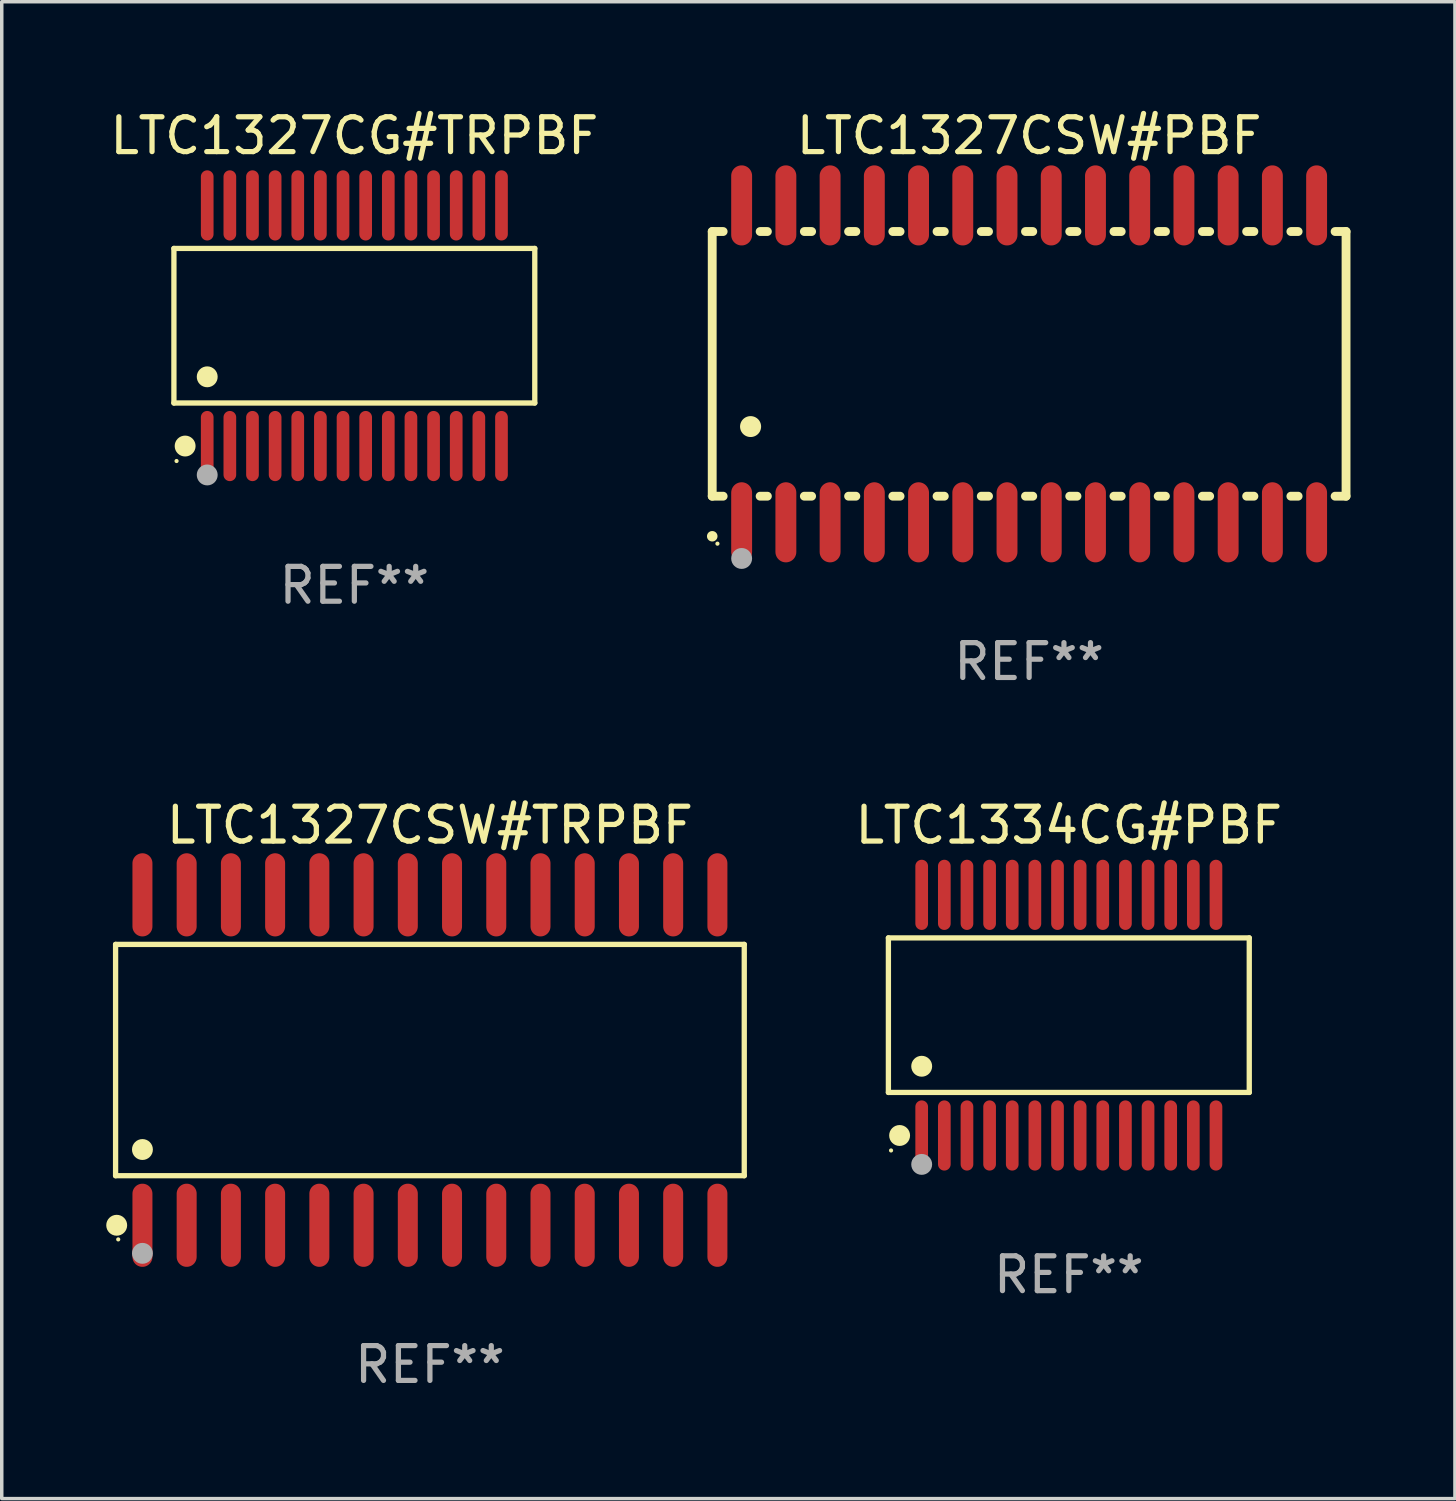
<source format=kicad_pcb>
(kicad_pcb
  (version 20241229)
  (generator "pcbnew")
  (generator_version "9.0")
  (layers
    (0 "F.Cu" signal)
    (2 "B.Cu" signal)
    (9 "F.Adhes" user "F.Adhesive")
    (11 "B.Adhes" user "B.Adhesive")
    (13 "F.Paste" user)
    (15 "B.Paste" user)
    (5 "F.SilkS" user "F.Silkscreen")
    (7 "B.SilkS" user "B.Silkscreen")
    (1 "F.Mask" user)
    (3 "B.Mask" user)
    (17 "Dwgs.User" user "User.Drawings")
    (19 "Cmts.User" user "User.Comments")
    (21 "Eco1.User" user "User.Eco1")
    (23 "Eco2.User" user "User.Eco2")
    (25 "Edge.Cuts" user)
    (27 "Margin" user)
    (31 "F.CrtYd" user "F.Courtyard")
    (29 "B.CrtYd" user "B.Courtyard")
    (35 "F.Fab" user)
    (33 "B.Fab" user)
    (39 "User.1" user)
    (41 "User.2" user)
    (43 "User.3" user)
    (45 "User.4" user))
  (footprint "LTC1327CSW#PBF"
    (layer "F.Cu")
    (at 26.501 7.398)
    (property "Reference" "LTC1327CSW#PBF" (at 0 -6.55 0) (layer "F.SilkS") (effects (font (size 1 1) (thickness 0.15))))
    (attr through_hole)
    (fp_line (start -9.1 -3.8) (end -9.1 3.8) (stroke (width 0.254) (type solid)) (layer "F.SilkS"))
    (fp_line (start -9.1 -3.8) (end -8.786 -3.8) (stroke (width 0.254) (type solid)) (layer "F.SilkS"))
    (fp_line (start -9.1 3.8) (end -8.786 3.8) (stroke (width 0.254) (type solid)) (layer "F.SilkS"))
    (fp_line (start -7.724 -3.8) (end -7.516 -3.8) (stroke (width 0.254) (type solid)) (layer "F.SilkS"))
    (fp_line (start -7.724 3.8) (end -7.516 3.8) (stroke (width 0.254) (type solid)) (layer "F.SilkS"))
    (fp_line (start -6.454 -3.8) (end -6.246 -3.8) (stroke (width 0.254) (type solid)) (layer "F.SilkS"))
    (fp_line (start -6.454 3.8) (end -6.246 3.8) (stroke (width 0.254) (type solid)) (layer "F.SilkS"))
    (fp_line (start -5.184 -3.8) (end -4.976 -3.8) (stroke (width 0.254) (type solid)) (layer "F.SilkS"))
    (fp_line (start -5.184 3.8) (end -4.976 3.8) (stroke (width 0.254) (type solid)) (layer "F.SilkS"))
    (fp_line (start -3.914 -3.8) (end -3.706 -3.8) (stroke (width 0.254) (type solid)) (layer "F.SilkS"))
    (fp_line (start -3.914 3.8) (end -3.706 3.8) (stroke (width 0.254) (type solid)) (layer "F.SilkS"))
    (fp_line (start -2.644 -3.8) (end -2.436 -3.8) (stroke (width 0.254) (type solid)) (layer "F.SilkS"))
    (fp_line (start -2.644 3.8) (end -2.436 3.8) (stroke (width 0.254) (type solid)) (layer "F.SilkS"))
    (fp_line (start -1.374 -3.8) (end -1.166 -3.8) (stroke (width 0.254) (type solid)) (layer "F.SilkS"))
    (fp_line (start -1.374 3.8) (end -1.166 3.8) (stroke (width 0.254) (type solid)) (layer "F.SilkS"))
    (fp_line (start -0.104 -3.8) (end 0.104 -3.8) (stroke (width 0.254) (type solid)) (layer "F.SilkS"))
    (fp_line (start -0.104 3.8) (end 0.104 3.8) (stroke (width 0.254) (type solid)) (layer "F.SilkS"))
    (fp_line (start 1.166 -3.8) (end 1.374 -3.8) (stroke (width 0.254) (type solid)) (layer "F.SilkS"))
    (fp_line (start 1.166 3.8) (end 1.374 3.8) (stroke (width 0.254) (type solid)) (layer "F.SilkS"))
    (fp_line (start 2.436 -3.8) (end 2.644 -3.8) (stroke (width 0.254) (type solid)) (layer "F.SilkS"))
    (fp_line (start 2.436 3.8) (end 2.644 3.8) (stroke (width 0.254) (type solid)) (layer "F.SilkS"))
    (fp_line (start 3.706 -3.8) (end 3.914 -3.8) (stroke (width 0.254) (type solid)) (layer "F.SilkS"))
    (fp_line (start 3.706 3.8) (end 3.914 3.8) (stroke (width 0.254) (type solid)) (layer "F.SilkS"))
    (fp_line (start 4.976 -3.8) (end 5.184 -3.8) (stroke (width 0.254) (type solid)) (layer "F.SilkS"))
    (fp_line (start 4.976 3.8) (end 5.184 3.8) (stroke (width 0.254) (type solid)) (layer "F.SilkS"))
    (fp_line (start 6.246 -3.8) (end 6.454 -3.8) (stroke (width 0.254) (type solid)) (layer "F.SilkS"))
    (fp_line (start 6.246 3.8) (end 6.454 3.8) (stroke (width 0.254) (type solid)) (layer "F.SilkS"))
    (fp_line (start 7.516 -3.8) (end 7.724 -3.8) (stroke (width 0.254) (type solid)) (layer "F.SilkS"))
    (fp_line (start 7.516 3.8) (end 7.724 3.8) (stroke (width 0.254) (type solid)) (layer "F.SilkS"))
    (fp_line (start 8.786 -3.8) (end 9.1 -3.8) (stroke (width 0.254) (type solid)) (layer "F.SilkS"))
    (fp_line (start 8.786 3.8) (end 9.1 3.8) (stroke (width 0.254) (type solid)) (layer "F.SilkS"))
    (fp_line (start 9.1 -3.8) (end 9.1 3.8) (stroke (width 0.254) (type solid)) (layer "F.SilkS"))
    (fp_arc (start -9.100864 4.95047) (mid -9.099594 4.950465) (end -9.098324 4.95047) (stroke (width 0.3) (type solid)) (layer "F.SilkS"))
    (fp_arc (start -8.001041 1.800864) (mid -7.998501 1.800853) (end -7.995961 1.800864) (stroke (width 0.6) (type solid)) (layer "F.SilkS"))
    (fp_circle (center -8.95 5.163) (end -8.92 5.163) (stroke (width 0.06) (type solid)) (fill no) (layer "F.SilkS"))
    (fp_circle (center -8.255 5.588) (end -8.105 5.588) (stroke (width 0.3) (type solid)) (fill no) (layer "F.Fab"))
    (fp_text user "REF**" (at 0 8.55 0) (layer "F.Fab") (effects (font (size 1 1) (thickness 0.15))))
    (pad "1" smd oval (at -8.255 4.55 180) (size 0.6 2.3) (layers "F.Cu" "F.Mask" "F.Paste"))
    (pad "2" smd oval (at -6.985 4.55 180) (size 0.6 2.3) (layers "F.Cu" "F.Mask" "F.Paste"))
    (pad "3" smd oval (at -5.715 4.55 180) (size 0.6 2.3) (layers "F.Cu" "F.Mask" "F.Paste"))
    (pad "4" smd oval (at -4.445 4.55 180) (size 0.6 2.3) (layers "F.Cu" "F.Mask" "F.Paste"))
    (pad "5" smd oval (at -3.175 4.55 180) (size 0.6 2.3) (layers "F.Cu" "F.Mask" "F.Paste"))
    (pad "6" smd oval (at -1.905 4.55 180) (size 0.6 2.3) (layers "F.Cu" "F.Mask" "F.Paste"))
    (pad "7" smd oval (at -0.635 4.55 180) (size 0.6 2.3) (layers "F.Cu" "F.Mask" "F.Paste"))
    (pad "8" smd oval (at 0.635 4.55 180) (size 0.6 2.3) (layers "F.Cu" "F.Mask" "F.Paste"))
    (pad "9" smd oval (at 1.905 4.55 180) (size 0.6 2.3) (layers "F.Cu" "F.Mask" "F.Paste"))
    (pad "10" smd oval (at 3.175 4.55 180) (size 0.6 2.3) (layers "F.Cu" "F.Mask" "F.Paste"))
    (pad "11" smd oval (at 4.445 4.55 180) (size 0.6 2.3) (layers "F.Cu" "F.Mask" "F.Paste"))
    (pad "12" smd oval (at 5.715 4.55 180) (size 0.6 2.3) (layers "F.Cu" "F.Mask" "F.Paste"))
    (pad "13" smd oval (at 6.985 4.55 180) (size 0.6 2.3) (layers "F.Cu" "F.Mask" "F.Paste"))
    (pad "14" smd oval (at 8.255 4.55 180) (size 0.6 2.3) (layers "F.Cu" "F.Mask" "F.Paste"))
    (pad "15" smd oval (at 8.255 -4.55 180) (size 0.6 2.3) (layers "F.Cu" "F.Mask" "F.Paste"))
    (pad "16" smd oval (at 6.985 -4.55 180) (size 0.6 2.3) (layers "F.Cu" "F.Mask" "F.Paste"))
    (pad "17" smd oval (at 5.715 -4.55 180) (size 0.6 2.3) (layers "F.Cu" "F.Mask" "F.Paste"))
    (pad "18" smd oval (at 4.445 -4.55 180) (size 0.6 2.3) (layers "F.Cu" "F.Mask" "F.Paste"))
    (pad "19" smd oval (at 3.175 -4.55 180) (size 0.6 2.3) (layers "F.Cu" "F.Mask" "F.Paste"))
    (pad "20" smd oval (at 1.905 -4.55 180) (size 0.6 2.3) (layers "F.Cu" "F.Mask" "F.Paste"))
    (pad "21" smd oval (at 0.635 -4.55 180) (size 0.6 2.3) (layers "F.Cu" "F.Mask" "F.Paste"))
    (pad "22" smd oval (at -0.635 -4.55 180) (size 0.6 2.3) (layers "F.Cu" "F.Mask" "F.Paste"))
    (pad "23" smd oval (at -1.905 -4.55 180) (size 0.6 2.3) (layers "F.Cu" "F.Mask" "F.Paste"))
    (pad "24" smd oval (at -3.175 -4.55 180) (size 0.6 2.3) (layers "F.Cu" "F.Mask" "F.Paste"))
    (pad "25" smd oval (at -4.445 -4.55 180) (size 0.6 2.3) (layers "F.Cu" "F.Mask" "F.Paste"))
    (pad "26" smd oval (at -5.715 -4.55 180) (size 0.6 2.3) (layers "F.Cu" "F.Mask" "F.Paste"))
    (pad "27" smd oval (at -6.985 -4.55 180) (size 0.6 2.3) (layers "F.Cu" "F.Mask" "F.Paste"))
    (pad "28" smd oval (at -8.255 -4.55 180) (size 0.6 2.3) (layers "F.Cu" "F.Mask" "F.Paste")))
  (footprint "LTC1327CSW#TRPBF"
    (layer "F.Cu")
    (at 9.295 27.389)
    (property "Reference" "LTC1327CSW#TRPBF" (at 0 -6.744 0) (layer "F.SilkS") (effects (font (size 1 1) (thickness 0.15))))
    (attr through_hole)
    (fp_line (start -9.026 -3.321) (end 9.026 -3.321) (stroke (width 0.152) (type solid)) (layer "F.SilkS"))
    (fp_line (start -9.026 3.321) (end -9.026 -3.321) (stroke (width 0.152) (type solid)) (layer "F.SilkS"))
    (fp_line (start 9.026 -3.321) (end 9.026 3.321) (stroke (width 0.152) (type solid)) (layer "F.SilkS"))
    (fp_line (start 9.026 3.321) (end -9.026 3.321) (stroke (width 0.152) (type solid)) (layer "F.SilkS"))
    (fp_circle (center -8.994 4.744) (end -8.844 4.744) (stroke (width 0.3) (type solid)) (fill no) (layer "F.SilkS"))
    (fp_circle (center -8.95 5.15) (end -8.92 5.15) (stroke (width 0.06) (type solid)) (fill no) (layer "F.SilkS"))
    (fp_circle (center -8.255 2.569) (end -8.105 2.569) (stroke (width 0.3) (type solid)) (fill no) (layer "F.SilkS"))
    (fp_circle (center -8.255 5.55) (end -8.105 5.55) (stroke (width 0.3) (type solid)) (fill no) (layer "F.Fab"))
    (fp_text user "REF**" (at 0 8.744 0) (layer "F.Fab") (effects (font (size 1 1) (thickness 0.15))))
    (pad "1" smd oval (at -8.255 4.744) (size 0.574 2.388) (layers "F.Cu" "F.Mask" "F.Paste"))
    (pad "2" smd oval (at -6.985 4.744) (size 0.574 2.388) (layers "F.Cu" "F.Mask" "F.Paste"))
    (pad "3" smd oval (at -5.715 4.744) (size 0.574 2.388) (layers "F.Cu" "F.Mask" "F.Paste"))
    (pad "4" smd oval (at -4.445 4.744) (size 0.574 2.388) (layers "F.Cu" "F.Mask" "F.Paste"))
    (pad "5" smd oval (at -3.175 4.744) (size 0.574 2.388) (layers "F.Cu" "F.Mask" "F.Paste"))
    (pad "6" smd oval (at -1.905 4.744) (size 0.574 2.388) (layers "F.Cu" "F.Mask" "F.Paste"))
    (pad "7" smd oval (at -0.635 4.744) (size 0.574 2.388) (layers "F.Cu" "F.Mask" "F.Paste"))
    (pad "8" smd oval (at 0.635 4.744) (size 0.574 2.388) (layers "F.Cu" "F.Mask" "F.Paste"))
    (pad "9" smd oval (at 1.905 4.744) (size 0.574 2.388) (layers "F.Cu" "F.Mask" "F.Paste"))
    (pad "10" smd oval (at 3.175 4.744) (size 0.574 2.388) (layers "F.Cu" "F.Mask" "F.Paste"))
    (pad "11" smd oval (at 4.445 4.744) (size 0.574 2.388) (layers "F.Cu" "F.Mask" "F.Paste"))
    (pad "12" smd oval (at 5.715 4.744) (size 0.574 2.388) (layers "F.Cu" "F.Mask" "F.Paste"))
    (pad "13" smd oval (at 6.985 4.744) (size 0.574 2.388) (layers "F.Cu" "F.Mask" "F.Paste"))
    (pad "14" smd oval (at 8.255 4.744) (size 0.574 2.388) (layers "F.Cu" "F.Mask" "F.Paste"))
    (pad "15" smd oval (at 8.255 -4.744) (size 0.574 2.388) (layers "F.Cu" "F.Mask" "F.Paste"))
    (pad "16" smd oval (at 6.985 -4.744) (size 0.574 2.388) (layers "F.Cu" "F.Mask" "F.Paste"))
    (pad "17" smd oval (at 5.715 -4.744) (size 0.574 2.388) (layers "F.Cu" "F.Mask" "F.Paste"))
    (pad "18" smd oval (at 4.445 -4.744) (size 0.574 2.388) (layers "F.Cu" "F.Mask" "F.Paste"))
    (pad "19" smd oval (at 3.175 -4.744) (size 0.574 2.388) (layers "F.Cu" "F.Mask" "F.Paste"))
    (pad "20" smd oval (at 1.905 -4.744) (size 0.574 2.388) (layers "F.Cu" "F.Mask" "F.Paste"))
    (pad "21" smd oval (at 0.635 -4.744) (size 0.574 2.388) (layers "F.Cu" "F.Mask" "F.Paste"))
    (pad "22" smd oval (at -0.635 -4.744) (size 0.574 2.388) (layers "F.Cu" "F.Mask" "F.Paste"))
    (pad "23" smd oval (at -1.905 -4.744) (size 0.574 2.388) (layers "F.Cu" "F.Mask" "F.Paste"))
    (pad "24" smd oval (at -3.175 -4.744) (size 0.574 2.388) (layers "F.Cu" "F.Mask" "F.Paste"))
    (pad "25" smd oval (at -4.445 -4.744) (size 0.574 2.388) (layers "F.Cu" "F.Mask" "F.Paste"))
    (pad "26" smd oval (at -5.715 -4.744) (size 0.574 2.388) (layers "F.Cu" "F.Mask" "F.Paste"))
    (pad "27" smd oval (at -6.985 -4.744) (size 0.574 2.388) (layers "F.Cu" "F.Mask" "F.Paste"))
    (pad "28" smd oval (at -8.255 -4.744) (size 0.574 2.388) (layers "F.Cu" "F.Mask" "F.Paste")))
  (footprint "LTC1327CG#TRPBF"
    (layer "F.Cu")
    (at 7.125 6.303)
    (property "Reference" "LTC1327CG#TRPBF" (at 0 -5.455 0) (layer "F.SilkS") (effects (font (size 1 1) (thickness 0.15))))
    (attr through_hole)
    (fp_line (start -5.181 -2.219) (end 5.181 -2.219) (stroke (width 0.152) (type solid)) (layer "F.SilkS"))
    (fp_line (start -5.181 2.219) (end -5.181 -2.219) (stroke (width 0.152) (type solid)) (layer "F.SilkS"))
    (fp_line (start 5.181 -2.219) (end 5.181 2.219) (stroke (width 0.152) (type solid)) (layer "F.SilkS"))
    (fp_line (start 5.181 2.219) (end -5.181 2.219) (stroke (width 0.152) (type solid)) (layer "F.SilkS"))
    (fp_circle (center -5.105 3.885) (end -5.075 3.885) (stroke (width 0.06) (type solid)) (fill no) (layer "F.SilkS"))
    (fp_circle (center -4.859 3.455) (end -4.709 3.455) (stroke (width 0.3) (type solid)) (fill no) (layer "F.SilkS"))
    (fp_circle (center -4.225 1.467) (end -4.075 1.467) (stroke (width 0.3) (type solid)) (fill no) (layer "F.SilkS"))
    (fp_circle (center -4.225 4.285) (end -4.075 4.285) (stroke (width 0.3) (type solid)) (fill no) (layer "F.Fab"))
    (fp_text user "REF**" (at 0 7.455 0) (layer "F.Fab") (effects (font (size 1 1) (thickness 0.15))))
    (pad "1" smd oval (at -4.225 3.455) (size 0.364 2.015) (layers "F.Cu" "F.Mask" "F.Paste"))
    (pad "2" smd oval (at -3.575 3.455) (size 0.364 2.015) (layers "F.Cu" "F.Mask" "F.Paste"))
    (pad "3" smd oval (at -2.925 3.455) (size 0.364 2.015) (layers "F.Cu" "F.Mask" "F.Paste"))
    (pad "4" smd oval (at -2.275 3.455) (size 0.364 2.015) (layers "F.Cu" "F.Mask" "F.Paste"))
    (pad "5" smd oval (at -1.625 3.455) (size 0.364 2.015) (layers "F.Cu" "F.Mask" "F.Paste"))
    (pad "6" smd oval (at -0.975 3.455) (size 0.364 2.015) (layers "F.Cu" "F.Mask" "F.Paste"))
    (pad "7" smd oval (at -0.325 3.455) (size 0.364 2.015) (layers "F.Cu" "F.Mask" "F.Paste"))
    (pad "8" smd oval (at 0.325 3.455) (size 0.364 2.015) (layers "F.Cu" "F.Mask" "F.Paste"))
    (pad "9" smd oval (at 0.975 3.455) (size 0.364 2.015) (layers "F.Cu" "F.Mask" "F.Paste"))
    (pad "10" smd oval (at 1.625 3.455) (size 0.364 2.015) (layers "F.Cu" "F.Mask" "F.Paste"))
    (pad "11" smd oval (at 2.275 3.455) (size 0.364 2.015) (layers "F.Cu" "F.Mask" "F.Paste"))
    (pad "12" smd oval (at 2.925 3.455) (size 0.364 2.015) (layers "F.Cu" "F.Mask" "F.Paste"))
    (pad "13" smd oval (at 3.575 3.455) (size 0.364 2.015) (layers "F.Cu" "F.Mask" "F.Paste"))
    (pad "14" smd oval (at 4.225 3.455) (size 0.364 2.015) (layers "F.Cu" "F.Mask" "F.Paste"))
    (pad "15" smd oval (at 4.225 -3.455) (size 0.364 2.015) (layers "F.Cu" "F.Mask" "F.Paste"))
    (pad "16" smd oval (at 3.575 -3.455) (size 0.364 2.015) (layers "F.Cu" "F.Mask" "F.Paste"))
    (pad "17" smd oval (at 2.925 -3.455) (size 0.364 2.015) (layers "F.Cu" "F.Mask" "F.Paste"))
    (pad "18" smd oval (at 2.275 -3.455) (size 0.364 2.015) (layers "F.Cu" "F.Mask" "F.Paste"))
    (pad "19" smd oval (at 1.625 -3.455) (size 0.364 2.015) (layers "F.Cu" "F.Mask" "F.Paste"))
    (pad "20" smd oval (at 0.975 -3.455) (size 0.364 2.015) (layers "F.Cu" "F.Mask" "F.Paste"))
    (pad "21" smd oval (at 0.325 -3.455) (size 0.364 2.015) (layers "F.Cu" "F.Mask" "F.Paste"))
    (pad "22" smd oval (at -0.325 -3.455) (size 0.364 2.015) (layers "F.Cu" "F.Mask" "F.Paste"))
    (pad "23" smd oval (at -0.975 -3.455) (size 0.364 2.015) (layers "F.Cu" "F.Mask" "F.Paste"))
    (pad "24" smd oval (at -1.625 -3.455) (size 0.364 2.015) (layers "F.Cu" "F.Mask" "F.Paste"))
    (pad "25" smd oval (at -2.275 -3.455) (size 0.364 2.015) (layers "F.Cu" "F.Mask" "F.Paste"))
    (pad "26" smd oval (at -2.925 -3.455) (size 0.364 2.015) (layers "F.Cu" "F.Mask" "F.Paste"))
    (pad "27" smd oval (at -3.575 -3.455) (size 0.364 2.015) (layers "F.Cu" "F.Mask" "F.Paste"))
    (pad "28" smd oval (at -4.225 -3.455) (size 0.364 2.015) (layers "F.Cu" "F.Mask" "F.Paste")))
  (footprint "LTC1334CG#PBF"
    (layer "F.Cu")
    (at 27.641 26.1)
    (property "Reference" "LTC1334CG#PBF" (at 0 -5.455 0) (layer "F.SilkS") (effects (font (size 1 1) (thickness 0.15))))
    (attr through_hole)
    (fp_line (start -5.181 -2.219) (end 5.181 -2.219) (stroke (width 0.152) (type solid)) (layer "F.SilkS"))
    (fp_line (start -5.181 2.219) (end -5.181 -2.219) (stroke (width 0.152) (type solid)) (layer "F.SilkS"))
    (fp_line (start 5.181 -2.219) (end 5.181 2.219) (stroke (width 0.152) (type solid)) (layer "F.SilkS"))
    (fp_line (start 5.181 2.219) (end -5.181 2.219) (stroke (width 0.152) (type solid)) (layer "F.SilkS"))
    (fp_circle (center -5.105 3.885) (end -5.075 3.885) (stroke (width 0.06) (type solid)) (fill no) (layer "F.SilkS"))
    (fp_circle (center -4.859 3.455) (end -4.709 3.455) (stroke (width 0.3) (type solid)) (fill no) (layer "F.SilkS"))
    (fp_circle (center -4.225 1.467) (end -4.075 1.467) (stroke (width 0.3) (type solid)) (fill no) (layer "F.SilkS"))
    (fp_circle (center -4.225 4.285) (end -4.075 4.285) (stroke (width 0.3) (type solid)) (fill no) (layer "F.Fab"))
    (fp_text user "REF**" (at 0 7.455 0) (layer "F.Fab") (effects (font (size 1 1) (thickness 0.15))))
    (pad "1" smd oval (at -4.225 3.455) (size 0.364 2.015) (layers "F.Cu" "F.Mask" "F.Paste"))
    (pad "2" smd oval (at -3.575 3.455) (size 0.364 2.015) (layers "F.Cu" "F.Mask" "F.Paste"))
    (pad "3" smd oval (at -2.925 3.455) (size 0.364 2.015) (layers "F.Cu" "F.Mask" "F.Paste"))
    (pad "4" smd oval (at -2.275 3.455) (size 0.364 2.015) (layers "F.Cu" "F.Mask" "F.Paste"))
    (pad "5" smd oval (at -1.625 3.455) (size 0.364 2.015) (layers "F.Cu" "F.Mask" "F.Paste"))
    (pad "6" smd oval (at -0.975 3.455) (size 0.364 2.015) (layers "F.Cu" "F.Mask" "F.Paste"))
    (pad "7" smd oval (at -0.325 3.455) (size 0.364 2.015) (layers "F.Cu" "F.Mask" "F.Paste"))
    (pad "8" smd oval (at 0.325 3.455) (size 0.364 2.015) (layers "F.Cu" "F.Mask" "F.Paste"))
    (pad "9" smd oval (at 0.975 3.455) (size 0.364 2.015) (layers "F.Cu" "F.Mask" "F.Paste"))
    (pad "10" smd oval (at 1.625 3.455) (size 0.364 2.015) (layers "F.Cu" "F.Mask" "F.Paste"))
    (pad "11" smd oval (at 2.275 3.455) (size 0.364 2.015) (layers "F.Cu" "F.Mask" "F.Paste"))
    (pad "12" smd oval (at 2.925 3.455) (size 0.364 2.015) (layers "F.Cu" "F.Mask" "F.Paste"))
    (pad "13" smd oval (at 3.575 3.455) (size 0.364 2.015) (layers "F.Cu" "F.Mask" "F.Paste"))
    (pad "14" smd oval (at 4.225 3.455) (size 0.364 2.015) (layers "F.Cu" "F.Mask" "F.Paste"))
    (pad "15" smd oval (at 4.225 -3.455) (size 0.364 2.015) (layers "F.Cu" "F.Mask" "F.Paste"))
    (pad "16" smd oval (at 3.575 -3.455) (size 0.364 2.015) (layers "F.Cu" "F.Mask" "F.Paste"))
    (pad "17" smd oval (at 2.925 -3.455) (size 0.364 2.015) (layers "F.Cu" "F.Mask" "F.Paste"))
    (pad "18" smd oval (at 2.275 -3.455) (size 0.364 2.015) (layers "F.Cu" "F.Mask" "F.Paste"))
    (pad "19" smd oval (at 1.625 -3.455) (size 0.364 2.015) (layers "F.Cu" "F.Mask" "F.Paste"))
    (pad "20" smd oval (at 0.975 -3.455) (size 0.364 2.015) (layers "F.Cu" "F.Mask" "F.Paste"))
    (pad "21" smd oval (at 0.325 -3.455) (size 0.364 2.015) (layers "F.Cu" "F.Mask" "F.Paste"))
    (pad "22" smd oval (at -0.325 -3.455) (size 0.364 2.015) (layers "F.Cu" "F.Mask" "F.Paste"))
    (pad "23" smd oval (at -0.975 -3.455) (size 0.364 2.015) (layers "F.Cu" "F.Mask" "F.Paste"))
    (pad "24" smd oval (at -1.625 -3.455) (size 0.364 2.015) (layers "F.Cu" "F.Mask" "F.Paste"))
    (pad "25" smd oval (at -2.275 -3.455) (size 0.364 2.015) (layers "F.Cu" "F.Mask" "F.Paste"))
    (pad "26" smd oval (at -2.925 -3.455) (size 0.364 2.015) (layers "F.Cu" "F.Mask" "F.Paste"))
    (pad "27" smd oval (at -3.575 -3.455) (size 0.364 2.015) (layers "F.Cu" "F.Mask" "F.Paste"))
    (pad "28" smd oval (at -4.225 -3.455) (size 0.364 2.015) (layers "F.Cu" "F.Mask" "F.Paste")))
  (gr_rect
    (start -3 -3)
    (end 38.728 39.981)
    (stroke (width 0.1) (type default))
    (fill no)
    (layer "Edge.Cuts")))
</source>
